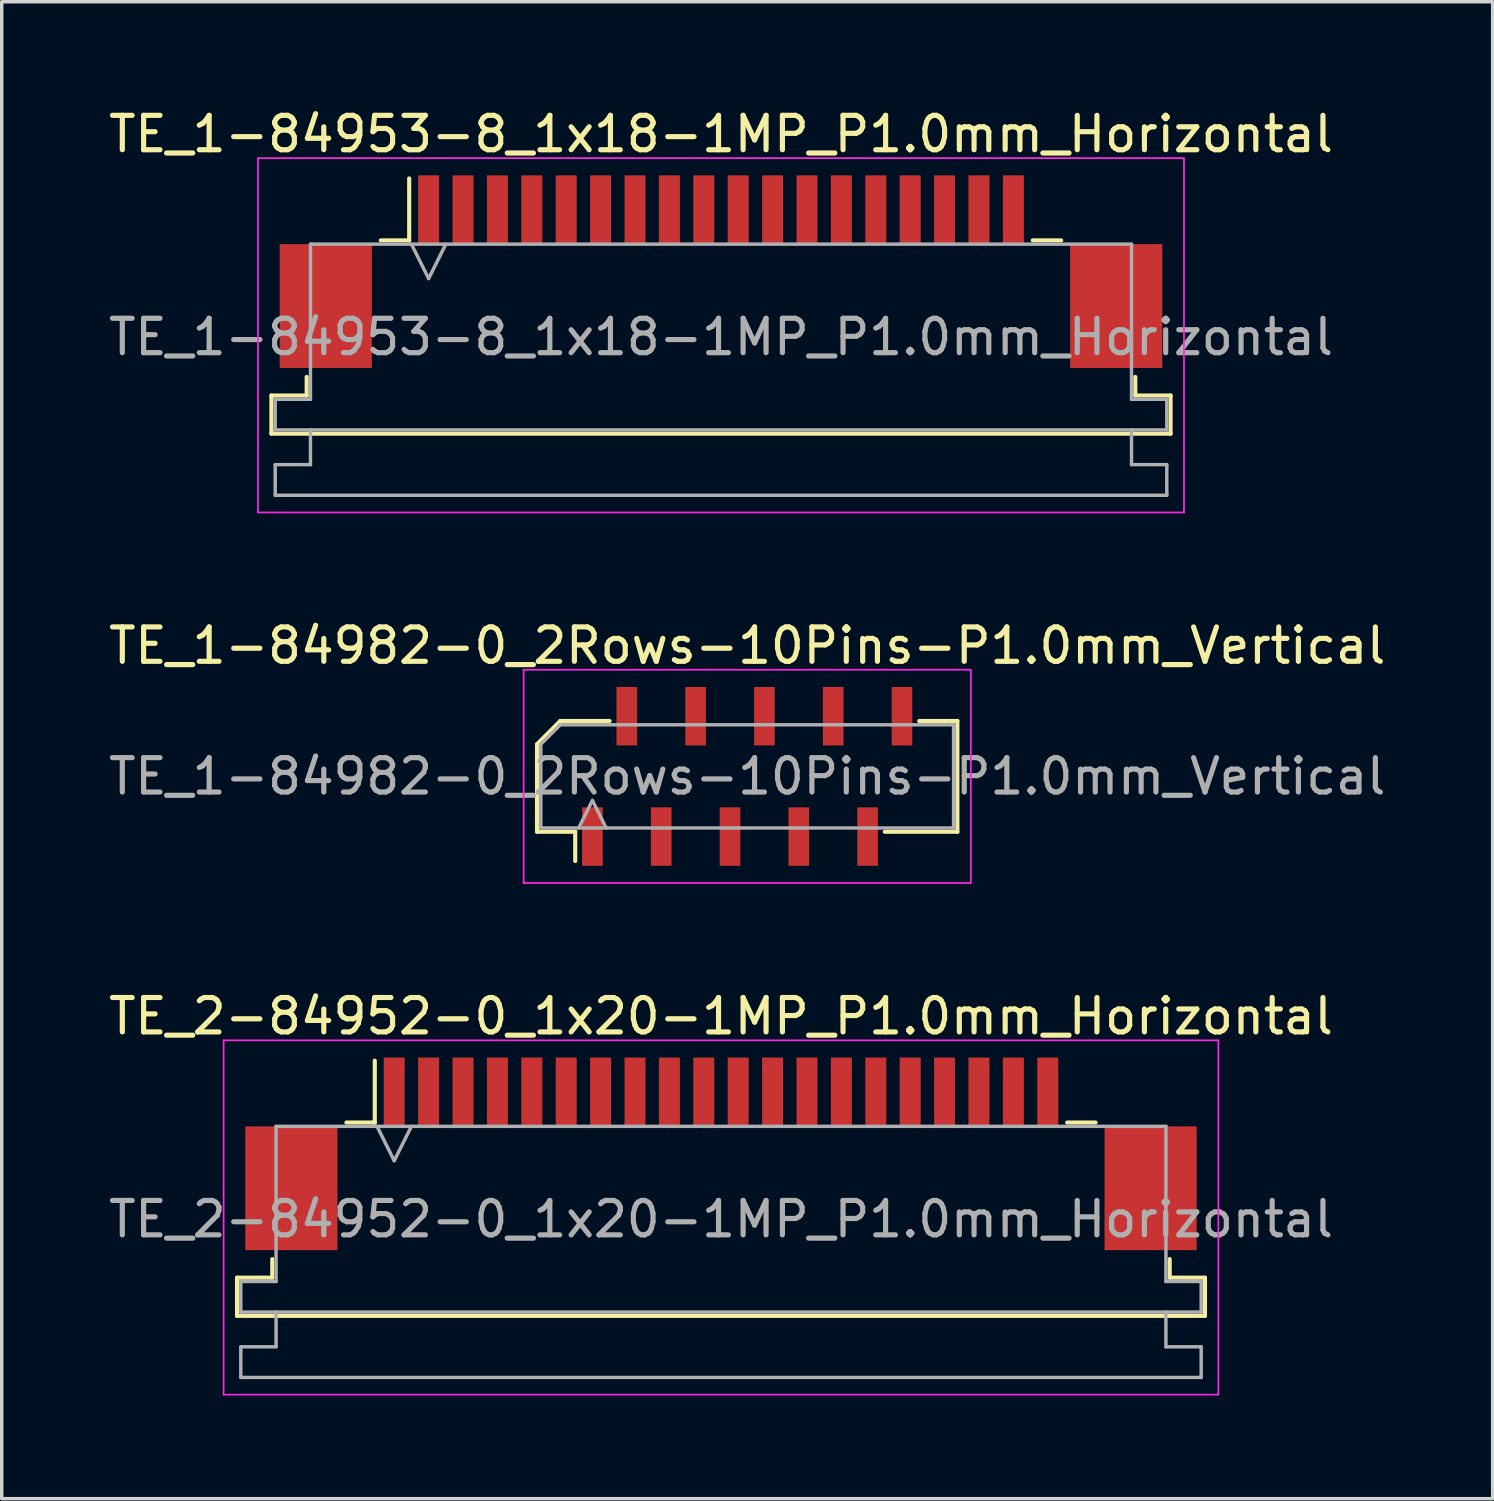
<source format=kicad_pcb>
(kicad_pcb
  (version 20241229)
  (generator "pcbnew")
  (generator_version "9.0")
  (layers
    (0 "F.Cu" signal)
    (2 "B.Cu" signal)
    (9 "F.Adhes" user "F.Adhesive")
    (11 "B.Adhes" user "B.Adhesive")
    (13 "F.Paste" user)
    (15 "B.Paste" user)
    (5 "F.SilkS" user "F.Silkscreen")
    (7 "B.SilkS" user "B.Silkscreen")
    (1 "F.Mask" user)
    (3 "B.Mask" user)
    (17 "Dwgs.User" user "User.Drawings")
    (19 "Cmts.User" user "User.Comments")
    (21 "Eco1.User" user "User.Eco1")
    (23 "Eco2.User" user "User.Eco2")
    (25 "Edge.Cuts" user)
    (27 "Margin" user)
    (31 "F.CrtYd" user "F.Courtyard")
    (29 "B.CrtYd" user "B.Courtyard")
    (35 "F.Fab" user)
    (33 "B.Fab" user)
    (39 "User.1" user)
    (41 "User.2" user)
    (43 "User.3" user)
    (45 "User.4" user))
  (footprint "TE_1-84953-8_1x18-1MP_P1.0mm_Horizontal"
    (layer "F.Cu")
    (at 17.911 4.848)
    (property "Reference" "TE_1-84953-8_1x18-1MP_P1.0mm_Horizontal" (at 0 -4 0) (layer "F.SilkS") (effects (font (size 1 1) (thickness 0.15))))
    (attr smd)
    (fp_line (start -13.07 3.6) (end -12.045 3.6) (stroke (width 0.12) (type solid)) (layer "F.SilkS"))
    (fp_line (start -13.07 4.71) (end -13.07 3.6) (stroke (width 0.12) (type solid)) (layer "F.SilkS"))
    (fp_line (start -12.045 3.6) (end -12.045 3.06) (stroke (width 0.12) (type solid)) (layer "F.SilkS"))
    (fp_line (start -9.89 -0.91) (end -9.065 -0.91) (stroke (width 0.12) (type solid)) (layer "F.SilkS"))
    (fp_line (start -9.065 -0.91) (end -9.065 -2.71) (stroke (width 0.12) (type solid)) (layer "F.SilkS"))
    (fp_line (start 9.065 -0.91) (end 9.89 -0.91) (stroke (width 0.12) (type solid)) (layer "F.SilkS"))
    (fp_line (start 12.045 3.06) (end 12.045 3.6) (stroke (width 0.12) (type solid)) (layer "F.SilkS"))
    (fp_line (start 12.045 3.6) (end 13.07 3.6) (stroke (width 0.12) (type solid)) (layer "F.SilkS"))
    (fp_line (start 13.07 3.6) (end 13.07 4.71) (stroke (width 0.12) (type solid)) (layer "F.SilkS"))
    (fp_line (start 13.07 4.71) (end -13.07 4.71) (stroke (width 0.12) (type solid)) (layer "F.SilkS"))
    (fp_line (start -13.46 -3.3) (end -13.46 7) (stroke (width 0.05) (type solid)) (layer "F.CrtYd"))
    (fp_line (start -13.46 7) (end 13.46 7) (stroke (width 0.05) (type solid)) (layer "F.CrtYd"))
    (fp_line (start 13.46 -3.3) (end -13.46 -3.3) (stroke (width 0.05) (type solid)) (layer "F.CrtYd"))
    (fp_line (start 13.46 7) (end 13.46 -3.3) (stroke (width 0.05) (type solid)) (layer "F.CrtYd"))
    (fp_line (start -12.96 3.71) (end -11.935 3.71) (stroke (width 0.1) (type solid)) (layer "F.Fab"))
    (fp_line (start -12.96 4.6) (end -12.96 3.71) (stroke (width 0.1) (type solid)) (layer "F.Fab"))
    (fp_line (start -12.96 5.61) (end -11.935 5.61) (stroke (width 0.1) (type solid)) (layer "F.Fab"))
    (fp_line (start -12.96 6.5) (end -12.96 5.61) (stroke (width 0.1) (type solid)) (layer "F.Fab"))
    (fp_line (start -11.935 -0.8) (end 11.935 -0.8) (stroke (width 0.1) (type solid)) (layer "F.Fab"))
    (fp_line (start -11.935 3.71) (end -11.935 -0.8) (stroke (width 0.1) (type solid)) (layer "F.Fab"))
    (fp_line (start -11.935 5.61) (end -11.935 4.6) (stroke (width 0.1) (type solid)) (layer "F.Fab"))
    (fp_line (start -9 -0.8) (end -8.5 0.2) (stroke (width 0.1) (type solid)) (layer "F.Fab"))
    (fp_line (start -8.5 0.2) (end -8 -0.8) (stroke (width 0.1) (type solid)) (layer "F.Fab"))
    (fp_line (start 11.935 -0.8) (end 11.935 3.71) (stroke (width 0.1) (type solid)) (layer "F.Fab"))
    (fp_line (start 11.935 3.71) (end 12.96 3.71) (stroke (width 0.1) (type solid)) (layer "F.Fab"))
    (fp_line (start 11.935 4.6) (end 11.935 5.61) (stroke (width 0.1) (type solid)) (layer "F.Fab"))
    (fp_line (start 11.935 5.61) (end 12.96 5.61) (stroke (width 0.1) (type solid)) (layer "F.Fab"))
    (fp_line (start 12.96 3.71) (end 12.96 4.6) (stroke (width 0.1) (type solid)) (layer "F.Fab"))
    (fp_line (start 12.96 4.6) (end -12.96 4.6) (stroke (width 0.1) (type solid)) (layer "F.Fab"))
    (fp_line (start 12.96 5.61) (end 12.96 6.5) (stroke (width 0.1) (type solid)) (layer "F.Fab"))
    (fp_line (start 12.96 6.5) (end -12.96 6.5) (stroke (width 0.1) (type solid)) (layer "F.Fab"))
    (fp_text user "${REFERENCE}" (at 0 1.9 0) (layer "F.Fab") (effects (font (size 1 1) (thickness 0.15))))
    (pad "1" smd rect (at -8.5 -1.8) (size 0.61 2) (layers "F.Cu" "F.Mask" "F.Paste"))
    (pad "2" smd rect (at -7.5 -1.8) (size 0.61 2) (layers "F.Cu" "F.Mask" "F.Paste"))
    (pad "3" smd rect (at -6.5 -1.8) (size 0.61 2) (layers "F.Cu" "F.Mask" "F.Paste"))
    (pad "4" smd rect (at -5.5 -1.8) (size 0.61 2) (layers "F.Cu" "F.Mask" "F.Paste"))
    (pad "5" smd rect (at -4.5 -1.8) (size 0.61 2) (layers "F.Cu" "F.Mask" "F.Paste"))
    (pad "6" smd rect (at -3.5 -1.8) (size 0.61 2) (layers "F.Cu" "F.Mask" "F.Paste"))
    (pad "7" smd rect (at -2.5 -1.8) (size 0.61 2) (layers "F.Cu" "F.Mask" "F.Paste"))
    (pad "8" smd rect (at -1.5 -1.8) (size 0.61 2) (layers "F.Cu" "F.Mask" "F.Paste"))
    (pad "9" smd rect (at -0.5 -1.8) (size 0.61 2) (layers "F.Cu" "F.Mask" "F.Paste"))
    (pad "10" smd rect (at 0.5 -1.8) (size 0.61 2) (layers "F.Cu" "F.Mask" "F.Paste"))
    (pad "11" smd rect (at 1.5 -1.8) (size 0.61 2) (layers "F.Cu" "F.Mask" "F.Paste"))
    (pad "12" smd rect (at 2.5 -1.8) (size 0.61 2) (layers "F.Cu" "F.Mask" "F.Paste"))
    (pad "13" smd rect (at 3.5 -1.8) (size 0.61 2) (layers "F.Cu" "F.Mask" "F.Paste"))
    (pad "14" smd rect (at 4.5 -1.8) (size 0.61 2) (layers "F.Cu" "F.Mask" "F.Paste"))
    (pad "15" smd rect (at 5.5 -1.8) (size 0.61 2) (layers "F.Cu" "F.Mask" "F.Paste"))
    (pad "16" smd rect (at 6.5 -1.8) (size 0.61 2) (layers "F.Cu" "F.Mask" "F.Paste"))
    (pad "17" smd rect (at 7.5 -1.8) (size 0.61 2) (layers "F.Cu" "F.Mask" "F.Paste"))
    (pad "18" smd rect (at 8.5 -1.8) (size 0.61 2) (layers "F.Cu" "F.Mask" "F.Paste"))
    (pad "MP" smd rect (at -11.49 1) (size 2.68 3.6) (layers "F.Cu" "F.Mask" "F.Paste"))
    (pad "MP" smd rect (at 11.49 1) (size 2.68 3.6) (layers "F.Cu" "F.Mask" "F.Paste")))
  (footprint "TE_2-84952-0_1x20-1MP_P1.0mm_Horizontal"
    (layer "F.Cu")
    (at 17.911 30.495)
    (property "Reference" "TE_2-84952-0_1x20-1MP_P1.0mm_Horizontal" (at 0 -4 0) (layer "F.SilkS") (effects (font (size 1 1) (thickness 0.15))))
    (attr smd)
    (fp_line (start -14.07 3.6) (end -13.045 3.6) (stroke (width 0.12) (type solid)) (layer "F.SilkS"))
    (fp_line (start -14.07 4.71) (end -14.07 3.6) (stroke (width 0.12) (type solid)) (layer "F.SilkS"))
    (fp_line (start -13.045 3.6) (end -13.045 3.06) (stroke (width 0.12) (type solid)) (layer "F.SilkS"))
    (fp_line (start -10.89 -0.91) (end -10.065 -0.91) (stroke (width 0.12) (type solid)) (layer "F.SilkS"))
    (fp_line (start -10.065 -0.91) (end -10.065 -2.71) (stroke (width 0.12) (type solid)) (layer "F.SilkS"))
    (fp_line (start 10.065 -0.91) (end 10.89 -0.91) (stroke (width 0.12) (type solid)) (layer "F.SilkS"))
    (fp_line (start 13.045 3.06) (end 13.045 3.6) (stroke (width 0.12) (type solid)) (layer "F.SilkS"))
    (fp_line (start 13.045 3.6) (end 14.07 3.6) (stroke (width 0.12) (type solid)) (layer "F.SilkS"))
    (fp_line (start 14.07 3.6) (end 14.07 4.71) (stroke (width 0.12) (type solid)) (layer "F.SilkS"))
    (fp_line (start 14.07 4.71) (end -14.07 4.71) (stroke (width 0.12) (type solid)) (layer "F.SilkS"))
    (fp_line (start -14.46 -3.3) (end -14.46 7) (stroke (width 0.05) (type solid)) (layer "F.CrtYd"))
    (fp_line (start -14.46 7) (end 14.46 7) (stroke (width 0.05) (type solid)) (layer "F.CrtYd"))
    (fp_line (start 14.46 -3.3) (end -14.46 -3.3) (stroke (width 0.05) (type solid)) (layer "F.CrtYd"))
    (fp_line (start 14.46 7) (end 14.46 -3.3) (stroke (width 0.05) (type solid)) (layer "F.CrtYd"))
    (fp_line (start -13.96 3.71) (end -12.935 3.71) (stroke (width 0.1) (type solid)) (layer "F.Fab"))
    (fp_line (start -13.96 4.6) (end -13.96 3.71) (stroke (width 0.1) (type solid)) (layer "F.Fab"))
    (fp_line (start -13.96 5.61) (end -12.935 5.61) (stroke (width 0.1) (type solid)) (layer "F.Fab"))
    (fp_line (start -13.96 6.5) (end -13.96 5.61) (stroke (width 0.1) (type solid)) (layer "F.Fab"))
    (fp_line (start -12.935 -0.8) (end 12.935 -0.8) (stroke (width 0.1) (type solid)) (layer "F.Fab"))
    (fp_line (start -12.935 3.71) (end -12.935 -0.8) (stroke (width 0.1) (type solid)) (layer "F.Fab"))
    (fp_line (start -12.935 5.61) (end -12.935 4.6) (stroke (width 0.1) (type solid)) (layer "F.Fab"))
    (fp_line (start -10 -0.8) (end -9.5 0.2) (stroke (width 0.1) (type solid)) (layer "F.Fab"))
    (fp_line (start -9.5 0.2) (end -9 -0.8) (stroke (width 0.1) (type solid)) (layer "F.Fab"))
    (fp_line (start 12.935 -0.8) (end 12.935 3.71) (stroke (width 0.1) (type solid)) (layer "F.Fab"))
    (fp_line (start 12.935 3.71) (end 13.96 3.71) (stroke (width 0.1) (type solid)) (layer "F.Fab"))
    (fp_line (start 12.935 4.6) (end 12.935 5.61) (stroke (width 0.1) (type solid)) (layer "F.Fab"))
    (fp_line (start 12.935 5.61) (end 13.96 5.61) (stroke (width 0.1) (type solid)) (layer "F.Fab"))
    (fp_line (start 13.96 3.71) (end 13.96 4.6) (stroke (width 0.1) (type solid)) (layer "F.Fab"))
    (fp_line (start 13.96 4.6) (end -13.96 4.6) (stroke (width 0.1) (type solid)) (layer "F.Fab"))
    (fp_line (start 13.96 5.61) (end 13.96 6.5) (stroke (width 0.1) (type solid)) (layer "F.Fab"))
    (fp_line (start 13.96 6.5) (end -13.96 6.5) (stroke (width 0.1) (type solid)) (layer "F.Fab"))
    (fp_text user "${REFERENCE}" (at 0 1.9 0) (layer "F.Fab") (effects (font (size 1 1) (thickness 0.15))))
    (pad "1" smd rect (at -9.5 -1.8) (size 0.61 2) (layers "F.Cu" "F.Mask" "F.Paste"))
    (pad "2" smd rect (at -8.5 -1.8) (size 0.61 2) (layers "F.Cu" "F.Mask" "F.Paste"))
    (pad "3" smd rect (at -7.5 -1.8) (size 0.61 2) (layers "F.Cu" "F.Mask" "F.Paste"))
    (pad "4" smd rect (at -6.5 -1.8) (size 0.61 2) (layers "F.Cu" "F.Mask" "F.Paste"))
    (pad "5" smd rect (at -5.5 -1.8) (size 0.61 2) (layers "F.Cu" "F.Mask" "F.Paste"))
    (pad "6" smd rect (at -4.5 -1.8) (size 0.61 2) (layers "F.Cu" "F.Mask" "F.Paste"))
    (pad "7" smd rect (at -3.5 -1.8) (size 0.61 2) (layers "F.Cu" "F.Mask" "F.Paste"))
    (pad "8" smd rect (at -2.5 -1.8) (size 0.61 2) (layers "F.Cu" "F.Mask" "F.Paste"))
    (pad "9" smd rect (at -1.5 -1.8) (size 0.61 2) (layers "F.Cu" "F.Mask" "F.Paste"))
    (pad "10" smd rect (at -0.5 -1.8) (size 0.61 2) (layers "F.Cu" "F.Mask" "F.Paste"))
    (pad "11" smd rect (at 0.5 -1.8) (size 0.61 2) (layers "F.Cu" "F.Mask" "F.Paste"))
    (pad "12" smd rect (at 1.5 -1.8) (size 0.61 2) (layers "F.Cu" "F.Mask" "F.Paste"))
    (pad "13" smd rect (at 2.5 -1.8) (size 0.61 2) (layers "F.Cu" "F.Mask" "F.Paste"))
    (pad "14" smd rect (at 3.5 -1.8) (size 0.61 2) (layers "F.Cu" "F.Mask" "F.Paste"))
    (pad "15" smd rect (at 4.5 -1.8) (size 0.61 2) (layers "F.Cu" "F.Mask" "F.Paste"))
    (pad "16" smd rect (at 5.5 -1.8) (size 0.61 2) (layers "F.Cu" "F.Mask" "F.Paste"))
    (pad "17" smd rect (at 6.5 -1.8) (size 0.61 2) (layers "F.Cu" "F.Mask" "F.Paste"))
    (pad "18" smd rect (at 7.5 -1.8) (size 0.61 2) (layers "F.Cu" "F.Mask" "F.Paste"))
    (pad "19" smd rect (at 8.5 -1.8) (size 0.61 2) (layers "F.Cu" "F.Mask" "F.Paste"))
    (pad "20" smd rect (at 9.5 -1.8) (size 0.61 2) (layers "F.Cu" "F.Mask" "F.Paste"))
    (pad "MP" smd rect (at -12.49 1) (size 2.68 3.6) (layers "F.Cu" "F.Mask" "F.Paste"))
    (pad "MP" smd rect (at 12.49 1) (size 2.68 3.6) (layers "F.Cu" "F.Mask" "F.Paste")))
  (footprint "TE_1-84982-0_2Rows-10Pins-P1.0mm_Vertical"
    (layer "F.Cu")
    (at 18.673 19.521)
    (property "Reference" "TE_1-84982-0_2Rows-10Pins-P1.0mm_Vertical" (at 0 -3.8 0) (layer "F.SilkS") (effects (font (size 1 1) (thickness 0.15))))
    (attr smd)
    (fp_line (start -6.11 -0.934) (end -6.11 1.61) (stroke (width 0.12) (type solid)) (layer "F.SilkS"))
    (fp_line (start -6.11 1.61) (end -5 1.61) (stroke (width 0.12) (type solid)) (layer "F.SilkS"))
    (fp_line (start -5.434 -1.61) (end -6.11 -0.934) (stroke (width 0.12) (type solid)) (layer "F.SilkS"))
    (fp_line (start -5 1.61) (end -5 2.46) (stroke (width 0.12) (type solid)) (layer "F.SilkS"))
    (fp_line (start -4 -1.61) (end -5.434 -1.61) (stroke (width 0.12) (type solid)) (layer "F.SilkS"))
    (fp_line (start 4 1.61) (end 6.11 1.61) (stroke (width 0.12) (type solid)) (layer "F.SilkS"))
    (fp_line (start 6.11 -1.61) (end 5 -1.61) (stroke (width 0.12) (type solid)) (layer "F.SilkS"))
    (fp_line (start 6.11 1.61) (end 6.11 -1.61) (stroke (width 0.12) (type solid)) (layer "F.SilkS"))
    (fp_line (start -6.5 -3.1) (end 6.5 -3.1) (stroke (width 0.05) (type solid)) (layer "F.CrtYd"))
    (fp_line (start -6.5 3.1) (end -6.5 -3.1) (stroke (width 0.05) (type solid)) (layer "F.CrtYd"))
    (fp_line (start 6.5 -3.1) (end 6.5 3.1) (stroke (width 0.05) (type solid)) (layer "F.CrtYd"))
    (fp_line (start 6.5 3.1) (end -6.5 3.1) (stroke (width 0.05) (type solid)) (layer "F.CrtYd"))
    (fp_line (start -6 -0.934) (end -6 1.5) (stroke (width 0.1) (type solid)) (layer "F.Fab"))
    (fp_line (start -6 1.5) (end 6 1.5) (stroke (width 0.1) (type solid)) (layer "F.Fab"))
    (fp_line (start -5.434 -1.5) (end -6 -0.934) (stroke (width 0.1) (type solid)) (layer "F.Fab"))
    (fp_line (start -4.9 1.5) (end -4.5 0.7) (stroke (width 0.1) (type solid)) (layer "F.Fab"))
    (fp_line (start -4.5 0.7) (end -4.1 1.5) (stroke (width 0.1) (type solid)) (layer "F.Fab"))
    (fp_line (start 6 -1.5) (end -5.434 -1.5) (stroke (width 0.1) (type solid)) (layer "F.Fab"))
    (fp_line (start 6 1.5) (end 6 -1.5) (stroke (width 0.1) (type solid)) (layer "F.Fab"))
    (fp_text user "${REFERENCE}" (at 0 0 0) (layer "F.Fab") (effects (font (size 1 1) (thickness 0.15))))
    (pad "1" smd rect (at -4.5 1.75) (size 0.6 1.7) (layers "F.Cu" "F.Mask" "F.Paste"))
    (pad "2" smd rect (at -3.5 -1.75) (size 0.6 1.7) (layers "F.Cu" "F.Mask" "F.Paste"))
    (pad "3" smd rect (at -2.5 1.75) (size 0.6 1.7) (layers "F.Cu" "F.Mask" "F.Paste"))
    (pad "4" smd rect (at -1.5 -1.75) (size 0.6 1.7) (layers "F.Cu" "F.Mask" "F.Paste"))
    (pad "5" smd rect (at -0.5 1.75) (size 0.6 1.7) (layers "F.Cu" "F.Mask" "F.Paste"))
    (pad "6" smd rect (at 0.5 -1.75) (size 0.6 1.7) (layers "F.Cu" "F.Mask" "F.Paste"))
    (pad "7" smd rect (at 1.5 1.75) (size 0.6 1.7) (layers "F.Cu" "F.Mask" "F.Paste"))
    (pad "8" smd rect (at 2.5 -1.75) (size 0.6 1.7) (layers "F.Cu" "F.Mask" "F.Paste"))
    (pad "9" smd rect (at 3.5 1.75) (size 0.6 1.7) (layers "F.Cu" "F.Mask" "F.Paste"))
    (pad "10" smd rect (at 4.5 -1.75) (size 0.6 1.7) (layers "F.Cu" "F.Mask" "F.Paste")))
  (gr_rect
    (start -3 -3)
    (end 40.345 40.52)
    (stroke (width 0.1) (type default))
    (fill no)
    (layer "Edge.Cuts")))
</source>
